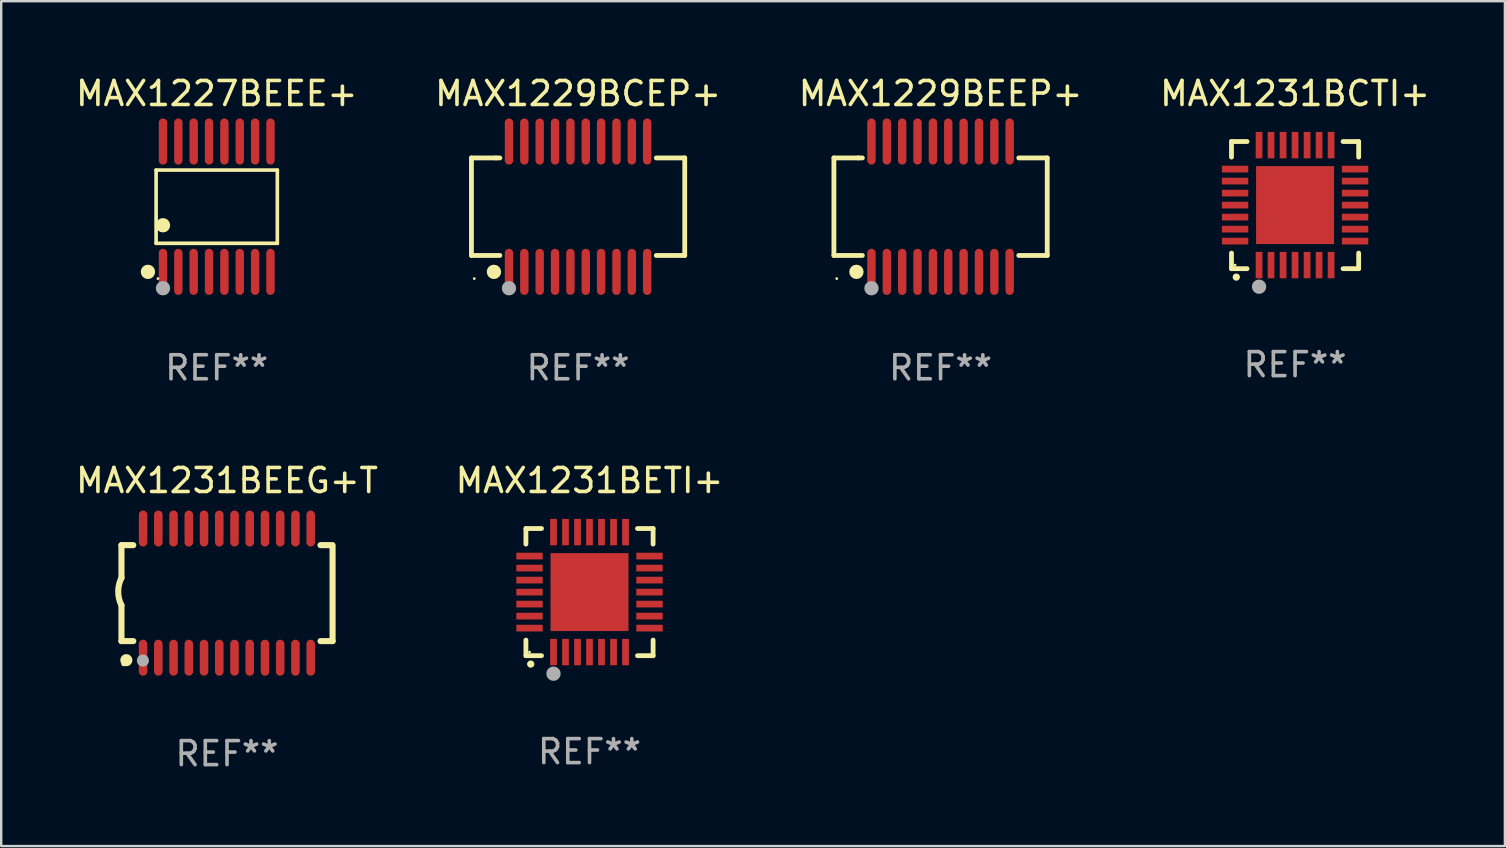
<source format=kicad_pcb>
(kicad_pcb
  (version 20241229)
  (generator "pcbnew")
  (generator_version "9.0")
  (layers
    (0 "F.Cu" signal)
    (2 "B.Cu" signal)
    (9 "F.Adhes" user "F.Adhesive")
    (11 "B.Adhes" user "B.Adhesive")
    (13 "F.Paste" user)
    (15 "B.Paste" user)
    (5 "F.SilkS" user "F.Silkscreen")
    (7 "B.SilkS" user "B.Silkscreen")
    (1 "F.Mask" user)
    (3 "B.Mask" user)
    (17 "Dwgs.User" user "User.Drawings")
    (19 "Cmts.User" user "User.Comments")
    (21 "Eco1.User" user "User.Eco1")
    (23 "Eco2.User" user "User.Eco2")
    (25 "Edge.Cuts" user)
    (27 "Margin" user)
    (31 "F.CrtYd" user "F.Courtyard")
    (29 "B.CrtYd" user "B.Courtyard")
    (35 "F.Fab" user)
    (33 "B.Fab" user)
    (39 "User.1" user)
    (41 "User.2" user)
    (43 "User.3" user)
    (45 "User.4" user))
  (footprint "MAX1231BCTI+"
    (layer "F.Cu")
    (at 50.923 5.498)
    (property "Reference" "MAX1231BCTI+" (at 0 -4.65 0) (layer "F.SilkS") (effects (font (size 1 1) (thickness 0.15))))
    (attr through_hole)
    (fp_line (start -2.65 -2.65) (end -2.65 -2) (stroke (width 0.2) (type solid)) (layer "F.SilkS"))
    (fp_line (start -2.65 2.65) (end -2.65 2) (stroke (width 0.2) (type solid)) (layer "F.SilkS"))
    (fp_line (start -2 -2.65) (end -2.65 -2.65) (stroke (width 0.2) (type solid)) (layer "F.SilkS"))
    (fp_line (start -2 2.65) (end -2.65 2.65) (stroke (width 0.2) (type solid)) (layer "F.SilkS"))
    (fp_line (start 2 2.65) (end 2.65 2.65) (stroke (width 0.2) (type solid)) (layer "F.SilkS"))
    (fp_line (start 2.65 -2.65) (end 2 -2.65) (stroke (width 0.2) (type solid)) (layer "F.SilkS"))
    (fp_line (start 2.65 -2) (end 2.65 -2.65) (stroke (width 0.2) (type solid)) (layer "F.SilkS"))
    (fp_line (start 2.65 2.65) (end 2.65 2) (stroke (width 0.2) (type solid)) (layer "F.SilkS"))
    (fp_arc (start -2.451105 2.999746) (mid -2.449835 2.999741) (end -2.448565 2.999746) (stroke (width 0.3) (type solid)) (layer "F.SilkS"))
    (fp_circle (center -2.5 2.5) (end -2.47 2.5) (stroke (width 0.06) (type solid)) (fill no) (layer "F.SilkS"))
    (fp_circle (center -1.501 3.4) (end -1.351 3.4) (stroke (width 0.3) (type solid)) (fill no) (layer "F.Fab"))
    (fp_text user "REF**" (at 0 6.65 0) (layer "F.Fab") (effects (font (size 1 1) (thickness 0.15))))
    (pad "1" smd rect (at -1.501 2.5 180) (size 0.28 1.1) (layers "F.Cu" "F.Mask" "F.Paste"))
    (pad "2" smd rect (at -1.001 2.5 180) (size 0.28 1.1) (layers "F.Cu" "F.Mask" "F.Paste"))
    (pad "3" smd rect (at -0.5 2.5 180) (size 0.28 1.1) (layers "F.Cu" "F.Mask" "F.Paste"))
    (pad "4" smd rect (at 0.000076 2.5 180) (size 0.28 1.1) (layers "F.Cu" "F.Mask" "F.Paste"))
    (pad "5" smd rect (at 0.5 2.5 180) (size 0.28 1.1) (layers "F.Cu" "F.Mask" "F.Paste"))
    (pad "6" smd rect (at 1.001 2.5 180) (size 0.28 1.1) (layers "F.Cu" "F.Mask" "F.Paste"))
    (pad "7" smd rect (at 1.501 2.5 180) (size 0.28 1.1) (layers "F.Cu" "F.Mask" "F.Paste"))
    (pad "8" smd rect (at 2.5 1.501 90) (size 0.28 1.1) (layers "F.Cu" "F.Mask" "F.Paste"))
    (pad "9" smd rect (at 2.5 1.001 90) (size 0.28 1.1) (layers "F.Cu" "F.Mask" "F.Paste"))
    (pad "10" smd rect (at 2.5 0.5 90) (size 0.28 1.1) (layers "F.Cu" "F.Mask" "F.Paste"))
    (pad "11" smd rect (at 2.5 0.000076 90) (size 0.28 1.1) (layers "F.Cu" "F.Mask" "F.Paste"))
    (pad "12" smd rect (at 2.5 -0.5 90) (size 0.28 1.1) (layers "F.Cu" "F.Mask" "F.Paste"))
    (pad "13" smd rect (at 2.5 -1.001 90) (size 0.28 1.1) (layers "F.Cu" "F.Mask" "F.Paste"))
    (pad "14" smd rect (at 2.5 -1.501 90) (size 0.28 1.1) (layers "F.Cu" "F.Mask" "F.Paste"))
    (pad "15" smd rect (at 1.501 -2.5 180) (size 0.28 1.1) (layers "F.Cu" "F.Mask" "F.Paste"))
    (pad "16" smd rect (at 1.001 -2.5 180) (size 0.28 1.1) (layers "F.Cu" "F.Mask" "F.Paste"))
    (pad "17" smd rect (at 0.5 -2.5 180) (size 0.28 1.1) (layers "F.Cu" "F.Mask" "F.Paste"))
    (pad "18" smd rect (at 0.000076 -2.5 180) (size 0.28 1.1) (layers "F.Cu" "F.Mask" "F.Paste"))
    (pad "19" smd rect (at -0.5 -2.5 180) (size 0.28 1.1) (layers "F.Cu" "F.Mask" "F.Paste"))
    (pad "20" smd rect (at -1.001 -2.5 180) (size 0.28 1.1) (layers "F.Cu" "F.Mask" "F.Paste"))
    (pad "21" smd rect (at -1.501 -2.5 180) (size 0.28 1.1) (layers "F.Cu" "F.Mask" "F.Paste"))
    (pad "22" smd rect (at -2.5 -1.501 90) (size 0.28 1.1) (layers "F.Cu" "F.Mask" "F.Paste"))
    (pad "23" smd rect (at -2.5 -1.001 90) (size 0.28 1.1) (layers "F.Cu" "F.Mask" "F.Paste"))
    (pad "24" smd rect (at -2.5 -0.5 90) (size 0.28 1.1) (layers "F.Cu" "F.Mask" "F.Paste"))
    (pad "25" smd rect (at -2.5 0.000076 90) (size 0.28 1.1) (layers "F.Cu" "F.Mask" "F.Paste"))
    (pad "26" smd rect (at -2.5 0.5 90) (size 0.28 1.1) (layers "F.Cu" "F.Mask" "F.Paste"))
    (pad "27" smd rect (at -2.5 1.001 90) (size 0.28 1.1) (layers "F.Cu" "F.Mask" "F.Paste"))
    (pad "28" smd rect (at -2.5 1.501 90) (size 0.28 1.1) (layers "F.Cu" "F.Mask" "F.Paste"))
    (pad "29" smd rect (at 0.000076 0.000076 90) (size 3.25 3.25) (layers "F.Cu" "F.Mask" "F.Paste")))
  (footprint "MAX1231BETI+"
    (layer "F.Cu")
    (at 21.518 21.626)
    (property "Reference" "MAX1231BETI+" (at 0 -4.65 0) (layer "F.SilkS") (effects (font (size 1 1) (thickness 0.15))))
    (attr through_hole)
    (fp_line (start -2.65 -2.65) (end -2.65 -2) (stroke (width 0.2) (type solid)) (layer "F.SilkS"))
    (fp_line (start -2.65 2.65) (end -2.65 2) (stroke (width 0.2) (type solid)) (layer "F.SilkS"))
    (fp_line (start -2 -2.65) (end -2.65 -2.65) (stroke (width 0.2) (type solid)) (layer "F.SilkS"))
    (fp_line (start -2 2.65) (end -2.65 2.65) (stroke (width 0.2) (type solid)) (layer "F.SilkS"))
    (fp_line (start 2 2.65) (end 2.65 2.65) (stroke (width 0.2) (type solid)) (layer "F.SilkS"))
    (fp_line (start 2.65 -2.65) (end 2 -2.65) (stroke (width 0.2) (type solid)) (layer "F.SilkS"))
    (fp_line (start 2.65 -2) (end 2.65 -2.65) (stroke (width 0.2) (type solid)) (layer "F.SilkS"))
    (fp_line (start 2.65 2.65) (end 2.65 2) (stroke (width 0.2) (type solid)) (layer "F.SilkS"))
    (fp_arc (start -2.451105 2.999746) (mid -2.449835 2.999741) (end -2.448565 2.999746) (stroke (width 0.3) (type solid)) (layer "F.SilkS"))
    (fp_circle (center -2.5 2.5) (end -2.47 2.5) (stroke (width 0.06) (type solid)) (fill no) (layer "F.SilkS"))
    (fp_circle (center -1.501 3.4) (end -1.351 3.4) (stroke (width 0.3) (type solid)) (fill no) (layer "F.Fab"))
    (fp_text user "REF**" (at 0 6.65 0) (layer "F.Fab") (effects (font (size 1 1) (thickness 0.15))))
    (pad "1" smd rect (at -1.501 2.5 180) (size 0.28 1.1) (layers "F.Cu" "F.Mask" "F.Paste"))
    (pad "2" smd rect (at -1.001 2.5 180) (size 0.28 1.1) (layers "F.Cu" "F.Mask" "F.Paste"))
    (pad "3" smd rect (at -0.5 2.5 180) (size 0.28 1.1) (layers "F.Cu" "F.Mask" "F.Paste"))
    (pad "4" smd rect (at 0.000076 2.5 180) (size 0.28 1.1) (layers "F.Cu" "F.Mask" "F.Paste"))
    (pad "5" smd rect (at 0.5 2.5 180) (size 0.28 1.1) (layers "F.Cu" "F.Mask" "F.Paste"))
    (pad "6" smd rect (at 1.001 2.5 180) (size 0.28 1.1) (layers "F.Cu" "F.Mask" "F.Paste"))
    (pad "7" smd rect (at 1.501 2.5 180) (size 0.28 1.1) (layers "F.Cu" "F.Mask" "F.Paste"))
    (pad "8" smd rect (at 2.5 1.501 90) (size 0.28 1.1) (layers "F.Cu" "F.Mask" "F.Paste"))
    (pad "9" smd rect (at 2.5 1.001 90) (size 0.28 1.1) (layers "F.Cu" "F.Mask" "F.Paste"))
    (pad "10" smd rect (at 2.5 0.5 90) (size 0.28 1.1) (layers "F.Cu" "F.Mask" "F.Paste"))
    (pad "11" smd rect (at 2.5 0.000076 90) (size 0.28 1.1) (layers "F.Cu" "F.Mask" "F.Paste"))
    (pad "12" smd rect (at 2.5 -0.5 90) (size 0.28 1.1) (layers "F.Cu" "F.Mask" "F.Paste"))
    (pad "13" smd rect (at 2.5 -1.001 90) (size 0.28 1.1) (layers "F.Cu" "F.Mask" "F.Paste"))
    (pad "14" smd rect (at 2.5 -1.501 90) (size 0.28 1.1) (layers "F.Cu" "F.Mask" "F.Paste"))
    (pad "15" smd rect (at 1.501 -2.5 180) (size 0.28 1.1) (layers "F.Cu" "F.Mask" "F.Paste"))
    (pad "16" smd rect (at 1.001 -2.5 180) (size 0.28 1.1) (layers "F.Cu" "F.Mask" "F.Paste"))
    (pad "17" smd rect (at 0.5 -2.5 180) (size 0.28 1.1) (layers "F.Cu" "F.Mask" "F.Paste"))
    (pad "18" smd rect (at 0.000076 -2.5 180) (size 0.28 1.1) (layers "F.Cu" "F.Mask" "F.Paste"))
    (pad "19" smd rect (at -0.5 -2.5 180) (size 0.28 1.1) (layers "F.Cu" "F.Mask" "F.Paste"))
    (pad "20" smd rect (at -1.001 -2.5 180) (size 0.28 1.1) (layers "F.Cu" "F.Mask" "F.Paste"))
    (pad "21" smd rect (at -1.501 -2.5 180) (size 0.28 1.1) (layers "F.Cu" "F.Mask" "F.Paste"))
    (pad "22" smd rect (at -2.5 -1.501 90) (size 0.28 1.1) (layers "F.Cu" "F.Mask" "F.Paste"))
    (pad "23" smd rect (at -2.5 -1.001 90) (size 0.28 1.1) (layers "F.Cu" "F.Mask" "F.Paste"))
    (pad "24" smd rect (at -2.5 -0.5 90) (size 0.28 1.1) (layers "F.Cu" "F.Mask" "F.Paste"))
    (pad "25" smd rect (at -2.5 0.000076 90) (size 0.28 1.1) (layers "F.Cu" "F.Mask" "F.Paste"))
    (pad "26" smd rect (at -2.5 0.5 90) (size 0.28 1.1) (layers "F.Cu" "F.Mask" "F.Paste"))
    (pad "27" smd rect (at -2.5 1.001 90) (size 0.28 1.1) (layers "F.Cu" "F.Mask" "F.Paste"))
    (pad "28" smd rect (at -2.5 1.501 90) (size 0.28 1.1) (layers "F.Cu" "F.Mask" "F.Paste"))
    (pad "29" smd rect (at 0.000076 0.000076 90) (size 3.25 3.25) (layers "F.Cu" "F.Mask" "F.Paste")))
  (footprint "MAX1229BCEP+"
    (layer "F.Cu")
    (at 21.042 5.564)
    (property "Reference" "MAX1229BCEP+" (at 0 -4.716 0) (layer "F.SilkS") (effects (font (size 1 1) (thickness 0.15))))
    (attr through_hole)
    (fp_line (start -4.445 -2.032) (end -4.445 2.032) (stroke (width 0.2) (type solid)) (layer "F.SilkS"))
    (fp_line (start -4.445 2.032) (end -3.259 2.032) (stroke (width 0.2) (type solid)) (layer "F.SilkS"))
    (fp_line (start -3.429 -2.032) (end -4.445 -2.032) (stroke (width 0.2) (type solid)) (layer "F.SilkS"))
    (fp_line (start -3.259 -2.032) (end -3.429 -2.032) (stroke (width 0.2) (type solid)) (layer "F.SilkS"))
    (fp_line (start 3.259 2.032) (end 4.445 2.032) (stroke (width 0.2) (type solid)) (layer "F.SilkS"))
    (fp_line (start 4.445 -2.032) (end 3.259 -2.032) (stroke (width 0.2) (type solid)) (layer "F.SilkS"))
    (fp_line (start 4.445 2.032) (end 4.445 -2.032) (stroke (width 0.2) (type solid)) (layer "F.SilkS"))
    (fp_circle (center -4.327 2.997) (end -4.297 2.997) (stroke (width 0.06) (type solid)) (fill no) (layer "F.SilkS"))
    (fp_circle (center -3.507 2.716) (end -3.357 2.716) (stroke (width 0.3) (type solid)) (fill no) (layer "F.SilkS"))
    (fp_circle (center -2.88 3.398) (end -2.73 3.398) (stroke (width 0.3) (type solid)) (fill no) (layer "F.Fab"))
    (fp_text user "REF**" (at 0 6.716 0) (layer "F.Fab") (effects (font (size 1 1) (thickness 0.15))))
    (pad "1" smd oval (at -2.88 2.716) (size 0.35 1.922) (layers "F.Cu" "F.Mask" "F.Paste"))
    (pad "2" smd oval (at -2.24 2.716) (size 0.35 1.922) (layers "F.Cu" "F.Mask" "F.Paste"))
    (pad "3" smd oval (at -1.6 2.716) (size 0.35 1.922) (layers "F.Cu" "F.Mask" "F.Paste"))
    (pad "4" smd oval (at -0.96 2.716) (size 0.35 1.922) (layers "F.Cu" "F.Mask" "F.Paste"))
    (pad "5" smd oval (at -0.32 2.716) (size 0.35 1.922) (layers "F.Cu" "F.Mask" "F.Paste"))
    (pad "6" smd oval (at 0.32 2.716) (size 0.35 1.922) (layers "F.Cu" "F.Mask" "F.Paste"))
    (pad "7" smd oval (at 0.96 2.716) (size 0.35 1.922) (layers "F.Cu" "F.Mask" "F.Paste"))
    (pad "8" smd oval (at 1.6 2.716) (size 0.35 1.922) (layers "F.Cu" "F.Mask" "F.Paste"))
    (pad "9" smd oval (at 2.24 2.716) (size 0.35 1.922) (layers "F.Cu" "F.Mask" "F.Paste"))
    (pad "10" smd oval (at 2.88 2.716) (size 0.35 1.922) (layers "F.Cu" "F.Mask" "F.Paste"))
    (pad "11" smd oval (at 2.88 -2.716) (size 0.35 1.922) (layers "F.Cu" "F.Mask" "F.Paste"))
    (pad "12" smd oval (at 2.24 -2.716) (size 0.35 1.922) (layers "F.Cu" "F.Mask" "F.Paste"))
    (pad "13" smd oval (at 1.6 -2.716) (size 0.35 1.922) (layers "F.Cu" "F.Mask" "F.Paste"))
    (pad "14" smd oval (at 0.96 -2.716) (size 0.35 1.922) (layers "F.Cu" "F.Mask" "F.Paste"))
    (pad "15" smd oval (at 0.32 -2.716) (size 0.35 1.922) (layers "F.Cu" "F.Mask" "F.Paste"))
    (pad "16" smd oval (at -0.32 -2.716) (size 0.35 1.922) (layers "F.Cu" "F.Mask" "F.Paste"))
    (pad "17" smd oval (at -0.96 -2.716) (size 0.35 1.922) (layers "F.Cu" "F.Mask" "F.Paste"))
    (pad "18" smd oval (at -1.6 -2.716) (size 0.35 1.922) (layers "F.Cu" "F.Mask" "F.Paste"))
    (pad "19" smd oval (at -2.24 -2.716) (size 0.35 1.922) (layers "F.Cu" "F.Mask" "F.Paste"))
    (pad "20" smd oval (at -2.88 -2.716) (size 0.35 1.922) (layers "F.Cu" "F.Mask" "F.Paste")))
  (footprint "MAX1231BEEG+T"
    (layer "F.Cu")
    (at 6.411 21.669)
    (property "Reference" "MAX1231BEEG+T" (at 0 -4.692 0) (layer "F.SilkS") (effects (font (size 1 1) (thickness 0.15))))
    (attr through_hole)
    (fp_line (start -4.399 -2) (end -4.399 -0.635) (stroke (width 0.254) (type solid)) (layer "F.SilkS"))
    (fp_line (start -4.399 -2) (end -3.907 -2) (stroke (width 0.254) (type solid)) (layer "F.SilkS"))
    (fp_line (start -4.399 2) (end -4.399 0.508) (stroke (width 0.254) (type solid)) (layer "F.SilkS"))
    (fp_line (start -4.399 2) (end -3.907 2) (stroke (width 0.254) (type solid)) (layer "F.SilkS"))
    (fp_line (start 3.896 -2) (end 4.313 -2) (stroke (width 0.254) (type solid)) (layer "F.SilkS"))
    (fp_line (start 3.896 2) (end 4.399 2) (stroke (width 0.254) (type solid)) (layer "F.SilkS"))
    (fp_line (start 4.399 2) (end 4.399 -2) (stroke (width 0.254) (type solid)) (layer "F.SilkS"))
    (fp_arc (start -4.399301 0.508001) (mid -4.534214 -0.0635) (end -4.399301 -0.635001) (stroke (width 0.254001) (type solid)) (layer "F.SilkS"))
    (fp_circle (center -4.305 2.95) (end -4.255 2.95) (stroke (width 0.1) (type solid)) (fill no) (layer "F.SilkS"))
    (fp_circle (center -4.196 2.794) (end -4.069 2.794) (stroke (width 0.254) (type solid)) (fill no) (layer "F.SilkS"))
    (fp_circle (center -3.505 2.81) (end -3.378 2.81) (stroke (width 0.254) (type solid)) (fill no) (layer "F.Fab"))
    (fp_text user "REF**" (at 0 6.692 0) (layer "F.Fab") (effects (font (size 1 1) (thickness 0.15))))
    (pad "1" smd oval (at -3.498 2.692 90) (size 1.5 0.356) (layers "F.Cu" "F.Mask" "F.Paste"))
    (pad "2" smd oval (at -2.863 2.692 90) (size 1.5 0.356) (layers "F.Cu" "F.Mask" "F.Paste"))
    (pad "3" smd oval (at -2.228 2.692 90) (size 1.5 0.356) (layers "F.Cu" "F.Mask" "F.Paste"))
    (pad "4" smd oval (at -1.593 2.692 90) (size 1.5 0.356) (layers "F.Cu" "F.Mask" "F.Paste"))
    (pad "5" smd oval (at -0.958 2.692 90) (size 1.5 0.356) (layers "F.Cu" "F.Mask" "F.Paste"))
    (pad "6" smd oval (at -0.323 2.692 90) (size 1.5 0.356) (layers "F.Cu" "F.Mask" "F.Paste"))
    (pad "7" smd oval (at 0.312 2.692 90) (size 1.5 0.356) (layers "F.Cu" "F.Mask" "F.Paste"))
    (pad "8" smd oval (at 0.947 2.692 90) (size 1.5 0.356) (layers "F.Cu" "F.Mask" "F.Paste"))
    (pad "9" smd oval (at 1.582 2.692 90) (size 1.5 0.356) (layers "F.Cu" "F.Mask" "F.Paste"))
    (pad "10" smd oval (at 2.217 2.692 90) (size 1.5 0.356) (layers "F.Cu" "F.Mask" "F.Paste"))
    (pad "11" smd oval (at 2.852 2.692 90) (size 1.5 0.356) (layers "F.Cu" "F.Mask" "F.Paste"))
    (pad "12" smd oval (at 3.487 2.692 90) (size 1.5 0.356) (layers "F.Cu" "F.Mask" "F.Paste"))
    (pad "13" smd oval (at 3.487 -2.692 90) (size 1.5 0.356) (layers "F.Cu" "F.Mask" "F.Paste"))
    (pad "14" smd oval (at 2.852 -2.692 90) (size 1.5 0.356) (layers "F.Cu" "F.Mask" "F.Paste"))
    (pad "15" smd oval (at 2.217 -2.692 90) (size 1.5 0.356) (layers "F.Cu" "F.Mask" "F.Paste"))
    (pad "16" smd oval (at 1.582 -2.692 90) (size 1.5 0.356) (layers "F.Cu" "F.Mask" "F.Paste"))
    (pad "17" smd oval (at 0.947 -2.692 90) (size 1.5 0.356) (layers "F.Cu" "F.Mask" "F.Paste"))
    (pad "18" smd oval (at 0.312 -2.692 90) (size 1.5 0.356) (layers "F.Cu" "F.Mask" "F.Paste"))
    (pad "19" smd oval (at -0.323 -2.692 90) (size 1.5 0.356) (layers "F.Cu" "F.Mask" "F.Paste"))
    (pad "20" smd oval (at -0.958 -2.692 90) (size 1.5 0.356) (layers "F.Cu" "F.Mask" "F.Paste"))
    (pad "21" smd oval (at -1.593 -2.692 90) (size 1.5 0.356) (layers "F.Cu" "F.Mask" "F.Paste"))
    (pad "22" smd oval (at -2.228 -2.692 90) (size 1.5 0.356) (layers "F.Cu" "F.Mask" "F.Paste"))
    (pad "23" smd oval (at -2.863 -2.692 90) (size 1.5 0.356) (layers "F.Cu" "F.Mask" "F.Paste"))
    (pad "24" smd oval (at -3.498 -2.692 90) (size 1.5 0.356) (layers "F.Cu" "F.Mask" "F.Paste")))
  (footprint "MAX1229BEEP+"
    (layer "F.Cu")
    (at 36.149 5.564)
    (property "Reference" "MAX1229BEEP+" (at 0 -4.716 0) (layer "F.SilkS") (effects (font (size 1 1) (thickness 0.15))))
    (attr through_hole)
    (fp_line (start -4.445 -2.032) (end -4.445 2.032) (stroke (width 0.2) (type solid)) (layer "F.SilkS"))
    (fp_line (start -4.445 2.032) (end -3.259 2.032) (stroke (width 0.2) (type solid)) (layer "F.SilkS"))
    (fp_line (start -3.429 -2.032) (end -4.445 -2.032) (stroke (width 0.2) (type solid)) (layer "F.SilkS"))
    (fp_line (start -3.259 -2.032) (end -3.429 -2.032) (stroke (width 0.2) (type solid)) (layer "F.SilkS"))
    (fp_line (start 3.259 2.032) (end 4.445 2.032) (stroke (width 0.2) (type solid)) (layer "F.SilkS"))
    (fp_line (start 4.445 -2.032) (end 3.259 -2.032) (stroke (width 0.2) (type solid)) (layer "F.SilkS"))
    (fp_line (start 4.445 2.032) (end 4.445 -2.032) (stroke (width 0.2) (type solid)) (layer "F.SilkS"))
    (fp_circle (center -4.327 2.997) (end -4.297 2.997) (stroke (width 0.06) (type solid)) (fill no) (layer "F.SilkS"))
    (fp_circle (center -3.507 2.716) (end -3.357 2.716) (stroke (width 0.3) (type solid)) (fill no) (layer "F.SilkS"))
    (fp_circle (center -2.88 3.398) (end -2.73 3.398) (stroke (width 0.3) (type solid)) (fill no) (layer "F.Fab"))
    (fp_text user "REF**" (at 0 6.716 0) (layer "F.Fab") (effects (font (size 1 1) (thickness 0.15))))
    (pad "1" smd oval (at -2.88 2.716) (size 0.35 1.922) (layers "F.Cu" "F.Mask" "F.Paste"))
    (pad "2" smd oval (at -2.24 2.716) (size 0.35 1.922) (layers "F.Cu" "F.Mask" "F.Paste"))
    (pad "3" smd oval (at -1.6 2.716) (size 0.35 1.922) (layers "F.Cu" "F.Mask" "F.Paste"))
    (pad "4" smd oval (at -0.96 2.716) (size 0.35 1.922) (layers "F.Cu" "F.Mask" "F.Paste"))
    (pad "5" smd oval (at -0.32 2.716) (size 0.35 1.922) (layers "F.Cu" "F.Mask" "F.Paste"))
    (pad "6" smd oval (at 0.32 2.716) (size 0.35 1.922) (layers "F.Cu" "F.Mask" "F.Paste"))
    (pad "7" smd oval (at 0.96 2.716) (size 0.35 1.922) (layers "F.Cu" "F.Mask" "F.Paste"))
    (pad "8" smd oval (at 1.6 2.716) (size 0.35 1.922) (layers "F.Cu" "F.Mask" "F.Paste"))
    (pad "9" smd oval (at 2.24 2.716) (size 0.35 1.922) (layers "F.Cu" "F.Mask" "F.Paste"))
    (pad "10" smd oval (at 2.88 2.716) (size 0.35 1.922) (layers "F.Cu" "F.Mask" "F.Paste"))
    (pad "11" smd oval (at 2.88 -2.716) (size 0.35 1.922) (layers "F.Cu" "F.Mask" "F.Paste"))
    (pad "12" smd oval (at 2.24 -2.716) (size 0.35 1.922) (layers "F.Cu" "F.Mask" "F.Paste"))
    (pad "13" smd oval (at 1.6 -2.716) (size 0.35 1.922) (layers "F.Cu" "F.Mask" "F.Paste"))
    (pad "14" smd oval (at 0.96 -2.716) (size 0.35 1.922) (layers "F.Cu" "F.Mask" "F.Paste"))
    (pad "15" smd oval (at 0.32 -2.716) (size 0.35 1.922) (layers "F.Cu" "F.Mask" "F.Paste"))
    (pad "16" smd oval (at -0.32 -2.716) (size 0.35 1.922) (layers "F.Cu" "F.Mask" "F.Paste"))
    (pad "17" smd oval (at -0.96 -2.716) (size 0.35 1.922) (layers "F.Cu" "F.Mask" "F.Paste"))
    (pad "18" smd oval (at -1.6 -2.716) (size 0.35 1.922) (layers "F.Cu" "F.Mask" "F.Paste"))
    (pad "19" smd oval (at -2.24 -2.716) (size 0.35 1.922) (layers "F.Cu" "F.Mask" "F.Paste"))
    (pad "20" smd oval (at -2.88 -2.716) (size 0.35 1.922) (layers "F.Cu" "F.Mask" "F.Paste")))
  (footprint "MAX1227BEEE+"
    (layer "F.Cu")
    (at 5.982 5.564)
    (property "Reference" "MAX1227BEEE+" (at 0 -4.716 0) (layer "F.SilkS") (effects (font (size 1 1) (thickness 0.15))))
    (attr through_hole)
    (fp_line (start -2.526 -1.526) (end 2.526 -1.526) (stroke (width 0.152) (type solid)) (layer "F.SilkS"))
    (fp_line (start -2.526 1.526) (end -2.526 -1.526) (stroke (width 0.152) (type solid)) (layer "F.SilkS"))
    (fp_line (start 2.526 -1.526) (end 2.526 1.526) (stroke (width 0.152) (type solid)) (layer "F.SilkS"))
    (fp_line (start 2.526 1.526) (end -2.526 1.526) (stroke (width 0.152) (type solid)) (layer "F.SilkS"))
    (fp_circle (center -2.867 2.716) (end -2.717 2.716) (stroke (width 0.3) (type solid)) (fill no) (layer "F.SilkS"))
    (fp_circle (center -2.45 2.997) (end -2.42 2.997) (stroke (width 0.06) (type solid)) (fill no) (layer "F.SilkS"))
    (fp_circle (center -2.24 0.774) (end -2.09 0.774) (stroke (width 0.3) (type solid)) (fill no) (layer "F.SilkS"))
    (fp_circle (center -2.24 3.398) (end -2.09 3.398) (stroke (width 0.3) (type solid)) (fill no) (layer "F.Fab"))
    (fp_text user "REF**" (at 0 6.716 0) (layer "F.Fab") (effects (font (size 1 1) (thickness 0.15))))
    (pad "1" smd oval (at -2.24 2.716) (size 0.35 1.922) (layers "F.Cu" "F.Mask" "F.Paste"))
    (pad "2" smd oval (at -1.6 2.716) (size 0.35 1.922) (layers "F.Cu" "F.Mask" "F.Paste"))
    (pad "3" smd oval (at -0.96 2.716) (size 0.35 1.922) (layers "F.Cu" "F.Mask" "F.Paste"))
    (pad "4" smd oval (at -0.32 2.716) (size 0.35 1.922) (layers "F.Cu" "F.Mask" "F.Paste"))
    (pad "5" smd oval (at 0.32 2.716) (size 0.35 1.922) (layers "F.Cu" "F.Mask" "F.Paste"))
    (pad "6" smd oval (at 0.96 2.716) (size 0.35 1.922) (layers "F.Cu" "F.Mask" "F.Paste"))
    (pad "7" smd oval (at 1.6 2.716) (size 0.35 1.922) (layers "F.Cu" "F.Mask" "F.Paste"))
    (pad "8" smd oval (at 2.24 2.716) (size 0.35 1.922) (layers "F.Cu" "F.Mask" "F.Paste"))
    (pad "9" smd oval (at 2.24 -2.716) (size 0.35 1.922) (layers "F.Cu" "F.Mask" "F.Paste"))
    (pad "10" smd oval (at 1.6 -2.716) (size 0.35 1.922) (layers "F.Cu" "F.Mask" "F.Paste"))
    (pad "11" smd oval (at 0.96 -2.716) (size 0.35 1.922) (layers "F.Cu" "F.Mask" "F.Paste"))
    (pad "12" smd oval (at 0.32 -2.716) (size 0.35 1.922) (layers "F.Cu" "F.Mask" "F.Paste"))
    (pad "13" smd oval (at -0.32 -2.716) (size 0.35 1.922) (layers "F.Cu" "F.Mask" "F.Paste"))
    (pad "14" smd oval (at -0.96 -2.716) (size 0.35 1.922) (layers "F.Cu" "F.Mask" "F.Paste"))
    (pad "15" smd oval (at -1.6 -2.716) (size 0.35 1.922) (layers "F.Cu" "F.Mask" "F.Paste"))
    (pad "16" smd oval (at -2.24 -2.716) (size 0.35 1.922) (layers "F.Cu" "F.Mask" "F.Paste")))
  (gr_rect
    (start -3 -3)
    (end 59.667 32.209)
    (stroke (width 0.1) (type default))
    (fill no)
    (layer "Edge.Cuts")))
</source>
